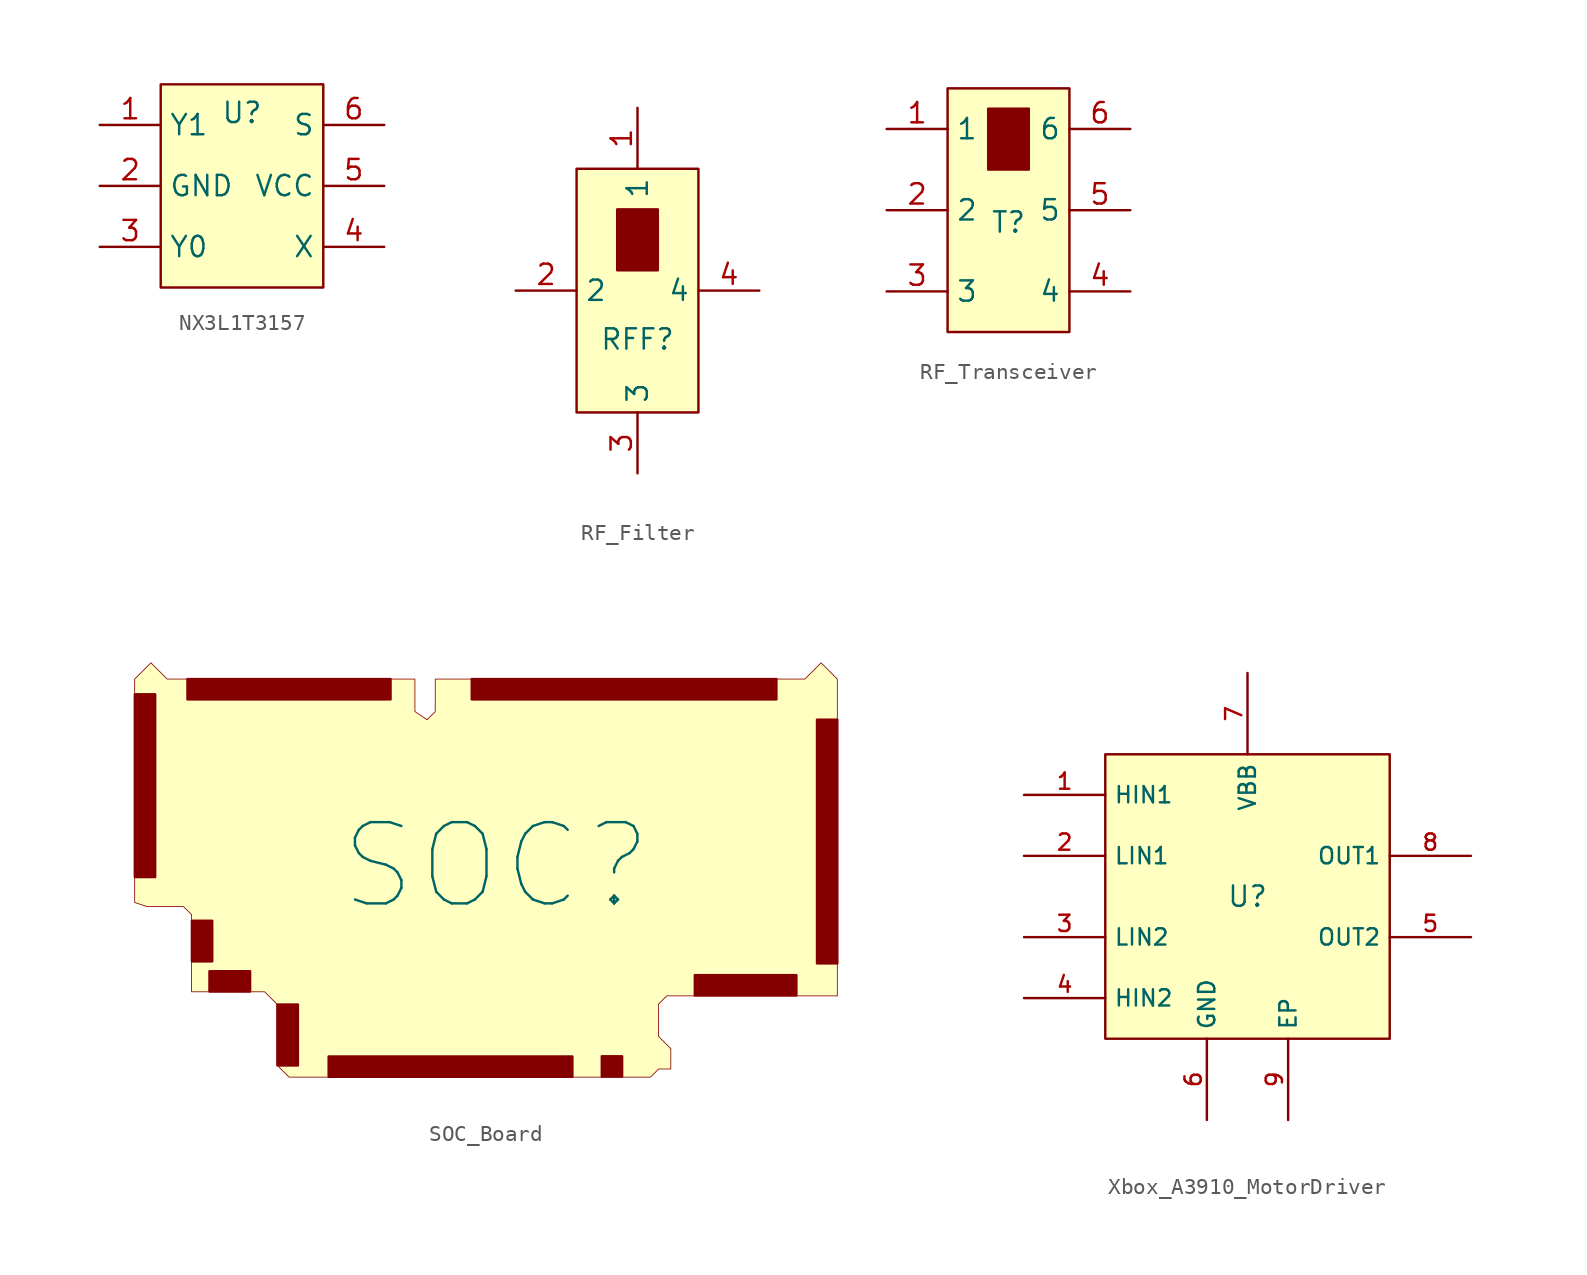
<source format=kicad_sym>
(kicad_symbol_lib
  (version 20231120)
  (generator "kicad_symbol_editor")
  (generator_version "8.0")
  (symbol "NX3L1T3157"
    (property "Reference" "U"
      (at 0 4.572 0)
      (effects (font (size 1.27 1.27))))
    (property "Value" ""
      (at 0 0 0)
      (effects (font (size 1.27 1.27))))
    (symbol "NX3L1T3157_1_1"
      (rectangle (start -5.08 6.35) (end 5.08 -6.35) (stroke (width 0) (type default)) (fill (type background)))
      (pin bidirectional line (at -8.89 3.81 0) (length 3.81) (name "Y1" (effects (font (size 1.27 1.27)))) (number "1" (effects (font (size 1.27 1.27)))))
      (pin bidirectional line (at -8.89 0 0) (length 3.81) (name "GND" (effects (font (size 1.27 1.27)))) (number "2" (effects (font (size 1.27 1.27)))))
      (pin bidirectional line (at -8.89 -3.81 0) (length 3.81) (name "Y0" (effects (font (size 1.27 1.27)))) (number "3" (effects (font (size 1.27 1.27)))))
      (pin bidirectional line (at 8.89 -3.81 180) (length 3.81) (name "X" (effects (font (size 1.27 1.27)))) (number "4" (effects (font (size 1.27 1.27)))))
      (pin bidirectional line (at 8.89 0 180) (length 3.81) (name "VCC" (effects (font (size 1.27 1.27)))) (number "5" (effects (font (size 1.27 1.27)))))
      (pin bidirectional line (at 8.89 3.81 180) (length 3.81) (name "S" (effects (font (size 1.27 1.27)))) (number "6" (effects (font (size 1.27 1.27)))))))
  (symbol "RF_Filter"
    (property "Reference" "RFF"
      (at 0 -3.048 0)
      (effects (font (size 1.27 1.27))))
    (property "Value" ""
      (at 0 0 0)
      (effects (font (size 1.27 1.27))))
    (symbol "RF_Filter_1_1"
      (rectangle (start -3.81 7.62) (end 3.81 -7.62) (stroke (width 0) (type default)) (fill (type background)))
      (rectangle (start -1.27 5.08) (end 1.27 1.27) (stroke (width 0) (type default)) (fill (type outline)))
      (pin bidirectional line (at 0 11.43 270) (length 3.81) (name "1" (effects (font (size 1.27 1.27)))) (number "1" (effects (font (size 1.27 1.27)))))
      (pin bidirectional line (at -7.62 0 0) (length 3.81) (name "2" (effects (font (size 1.27 1.27)))) (number "2" (effects (font (size 1.27 1.27)))))
      (pin bidirectional line (at 0 -11.43 90) (length 3.81) (name "3" (effects (font (size 1.27 1.27)))) (number "3" (effects (font (size 1.27 1.27)))))
      (pin bidirectional line (at 7.62 0 180) (length 3.81) (name "4" (effects (font (size 1.27 1.27)))) (number "4" (effects (font (size 1.27 1.27)))))))
  (symbol "RF_Transceiver"
    (property "Reference" "T"
      (at 0 -2.032 0)
      (effects (font (size 1.27 1.27))))
    (property "Value" ""
      (at 0 0 0)
      (effects (font (size 1.27 1.27))))
    (symbol "RF_Transceiver_1_1"
      (rectangle (start -3.81 6.35) (end 3.81 -8.89) (stroke (width 0) (type default)) (fill (type background)))
      (rectangle (start -1.27 5.08) (end 1.27 1.27) (stroke (width 0) (type default)) (fill (type outline)))
      (pin bidirectional line (at -7.62 3.81 0) (length 3.81) (name "1" (effects (font (size 1.27 1.27)))) (number "1" (effects (font (size 1.27 1.27)))))
      (pin bidirectional line (at -7.62 -1.27 0) (length 3.81) (name "2" (effects (font (size 1.27 1.27)))) (number "2" (effects (font (size 1.27 1.27)))))
      (pin bidirectional line (at -7.62 -6.35 0) (length 3.81) (name "3" (effects (font (size 1.27 1.27)))) (number "3" (effects (font (size 1.27 1.27)))))
      (pin bidirectional line (at 7.62 -6.35 180) (length 3.81) (name "4" (effects (font (size 1.27 1.27)))) (number "4" (effects (font (size 1.27 1.27)))))
      (pin bidirectional line (at 7.62 -1.27 180) (length 3.81) (name "5" (effects (font (size 1.27 1.27)))) (number "5" (effects (font (size 1.27 1.27)))))
      (pin bidirectional line (at 7.62 3.81 180) (length 3.81) (name "6" (effects (font (size 1.27 1.27)))) (number "6" (effects (font (size 1.27 1.27)))))))
  (symbol "SOC_Board"
    (property "Reference" "SOC"
      (at 0.254 -0.254 0)
      (effects (font (size 5.08 5.08))))
    (property "Value" ""
      (at 0 0 0)
      (effects (font (size 1.27 1.27))))
    (symbol "SOC_Board_1_0"
      (rectangle (start -22.341 10.478) (end -21.071 -0.952) (stroke (width 0) (type default)) (fill (type outline)))
      (rectangle (start -19.05 11.43) (end -6.35 10.16) (stroke (width 0) (type default)) (fill (type outline)))
      (rectangle (start -18.773 -3.685) (end -17.503 -6.225) (stroke (width 0) (type default)) (fill (type outline)))
      (rectangle (start -17.674 -6.84) (end -15.134 -8.11) (stroke (width 0) (type default)) (fill (type outline)))
      (rectangle (start -13.416 -8.923) (end -12.146 -12.733) (stroke (width 0) (type default)) (fill (type outline)))
      (rectangle (start -10.22 -12.172) (end 5.02 -13.442) (stroke (width 0) (type default)) (fill (type outline)))
      (rectangle (start -1.27 11.43) (end 17.78 10.16) (stroke (width 0) (type default)) (fill (type outline)))
      (polyline (pts (xy 21.59 11.43) (xy 21.59 -8.382) (xy 10.922 -8.382) (xy 10.414 -8.89) (xy 10.414 -10.922) (xy 11.176 -11.684) (xy 11.176 -12.954) (xy 10.414 -12.954) (xy 9.906 -13.462) (xy -12.7 -13.462) (xy -13.462 -12.7) (xy -13.462 -8.89) (xy -14.224 -8.128) (xy -18.796 -8.128) (xy -18.796 -3.302) (xy -19.304 -2.794) (xy -21.59 -2.794) (xy -22.352 -2.54) (xy -22.352 11.43) (xy -21.336 12.446) (xy -20.32 11.43) (xy -4.826 11.43) (xy -4.826 9.398) (xy -4.064 8.89) (xy -3.556 9.398) (xy -3.556 11.43) (xy 19.558 11.43) (xy 20.574 12.446) (xy 21.59 11.43)) (stroke (width 0.051) (type solid) (color 132 0 0 1)) (fill (type background)))
      (rectangle (start 6.861 -12.159) (end 8.131 -13.429) (stroke (width 0) (type default)) (fill (type outline)))
      (rectangle (start 12.679 -7.086) (end 19.029 -8.356) (stroke (width 0) (type default)) (fill (type outline)))
      (rectangle (start 20.32 8.89) (end 21.59 -6.35) (stroke (width 0) (type default)) (fill (type outline)))))
  (symbol "Xbox_A3910_MotorDriver"
    (property "Reference" "U"
      (at 0 0 0)
      (effects (font (size 1.27 1.27))))
    (property "Value" ""
      (at 0 0 0)
      (effects (font (size 1.27 1.27))))
    (symbol "Xbox_A3910_MotorDriver_1_0"
      (pin passive line (at -13.97 6.35 0) (length 5.08) (name "HIN1" (effects (font (size 1.016 1.016)))) (number "1" (effects (font (size 1.016 1.016)))))
      (pin passive line (at -13.97 2.54 0) (length 5.08) (name "LIN1" (effects (font (size 1.016 1.016)))) (number "2" (effects (font (size 1.016 1.016)))))
      (pin passive line (at -13.97 -2.54 0) (length 5.08) (name "LIN2" (effects (font (size 1.016 1.016)))) (number "3" (effects (font (size 1.016 1.016)))))
      (pin passive line (at -13.97 -6.35 0) (length 5.08) (name "HIN2" (effects (font (size 1.016 1.016)))) (number "4" (effects (font (size 1.016 1.016)))))
      (pin passive line (at 13.97 -2.54 180) (length 5.08) (name "OUT2" (effects (font (size 1.016 1.016)))) (number "5" (effects (font (size 1.016 1.016)))))
      (pin passive line (at -2.54 -13.97 90) (length 5.08) (name "GND" (effects (font (size 1.016 1.016)))) (number "6" (effects (font (size 1.016 1.016)))))
      (pin passive line (at 0 13.97 270) (length 5.08) (name "VBB" (effects (font (size 1.016 1.016)))) (number "7" (effects (font (size 1.016 1.016)))))
      (pin passive line (at 13.97 2.54 180) (length 5.08) (name "OUT1" (effects (font (size 1.016 1.016)))) (number "8" (effects (font (size 1.016 1.016)))))
      (pin passive line (at 2.54 -13.97 90) (length 5.08) (name "EP" (effects (font (size 1.016 1.016)))) (number "9" (effects (font (size 1.016 1.016))))))
    (symbol "Xbox_A3910_MotorDriver_1_1"
      (rectangle (start -8.89 8.89) (end 8.89 -8.89) (stroke (width 0) (type default)) (fill (type background))))))
</source>
